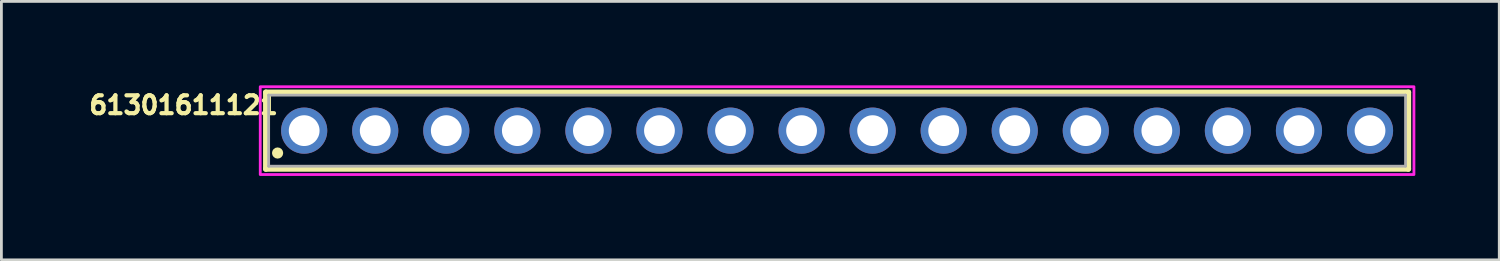
<source format=kicad_pcb>
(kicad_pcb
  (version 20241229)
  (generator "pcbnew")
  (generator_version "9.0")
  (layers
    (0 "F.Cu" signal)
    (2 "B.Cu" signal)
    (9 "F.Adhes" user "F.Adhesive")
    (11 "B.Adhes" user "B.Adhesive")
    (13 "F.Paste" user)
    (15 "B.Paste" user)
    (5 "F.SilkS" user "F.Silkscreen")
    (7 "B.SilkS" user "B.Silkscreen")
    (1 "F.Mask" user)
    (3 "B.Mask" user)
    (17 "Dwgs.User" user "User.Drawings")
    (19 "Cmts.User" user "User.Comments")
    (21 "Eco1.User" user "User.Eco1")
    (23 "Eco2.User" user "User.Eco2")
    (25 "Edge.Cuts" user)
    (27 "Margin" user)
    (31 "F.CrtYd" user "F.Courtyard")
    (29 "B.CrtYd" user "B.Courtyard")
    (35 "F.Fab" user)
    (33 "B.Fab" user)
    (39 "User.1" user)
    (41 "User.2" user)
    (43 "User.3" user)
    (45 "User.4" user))
  (footprint "61301611121"
    (layer "F.Cu")
    (at 26.873 1.62)
    (property "Reference" "61301611121" (at -23.36 -0.912 0) (layer "F.SilkS") (effects (font (size 0.64 0.64) (thickness 0.15))))
    (attr through_hole)
    (fp_line (start -20.42 -1.37) (end 20.42 -1.37) (stroke (width 0.2) (type solid)) (layer "F.SilkS"))
    (fp_line (start -20.42 1.37) (end -20.42 -1.37) (stroke (width 0.2) (type solid)) (layer "F.SilkS"))
    (fp_line (start 20.42 -1.37) (end 20.42 1.37) (stroke (width 0.2) (type solid)) (layer "F.SilkS"))
    (fp_line (start 20.42 1.37) (end -20.42 1.37) (stroke (width 0.2) (type solid)) (layer "F.SilkS"))
    (fp_circle (center -20 0.8) (end -19.9 0.8) (stroke (width 0.2) (type solid)) (fill no) (layer "F.SilkS"))
    (fp_poly (pts (xy -20.62 -1.57) (xy 20.62 -1.57) (xy 20.62 1.57) (xy -20.62 1.57)) (stroke (width 0.1) (type solid)) (fill no) (layer "F.CrtYd"))
    (fp_line (start -20.32 -1.27) (end -20.32 1.27) (stroke (width 0.1) (type solid)) (layer "F.Fab"))
    (fp_line (start -20.32 1.27) (end 20.32 1.27) (stroke (width 0.1) (type solid)) (layer "F.Fab"))
    (fp_line (start 20.32 -1.27) (end -20.32 -1.27) (stroke (width 0.1) (type solid)) (layer "F.Fab"))
    (fp_line (start 20.32 1.27) (end 20.32 -1.27) (stroke (width 0.1) (type solid)) (layer "F.Fab"))
    (pad "1" thru_hole circle (at -19.05 0) (size 1.65 1.65) (drill 1.1) (layers "*.Cu" "*.Mask"))
    (pad "2" thru_hole circle (at -16.51 0) (size 1.65 1.65) (drill 1.1) (layers "*.Cu" "*.Mask"))
    (pad "3" thru_hole circle (at -13.97 0) (size 1.65 1.65) (drill 1.1) (layers "*.Cu" "*.Mask"))
    (pad "4" thru_hole circle (at -11.43 0) (size 1.65 1.65) (drill 1.1) (layers "*.Cu" "*.Mask"))
    (pad "5" thru_hole circle (at -8.89 0) (size 1.65 1.65) (drill 1.1) (layers "*.Cu" "*.Mask"))
    (pad "6" thru_hole circle (at -6.35 0) (size 1.65 1.65) (drill 1.1) (layers "*.Cu" "*.Mask"))
    (pad "7" thru_hole circle (at -3.81 0) (size 1.65 1.65) (drill 1.1) (layers "*.Cu" "*.Mask"))
    (pad "8" thru_hole circle (at -1.27 0) (size 1.65 1.65) (drill 1.1) (layers "*.Cu" "*.Mask"))
    (pad "9" thru_hole circle (at 1.27 0) (size 1.65 1.65) (drill 1.1) (layers "*.Cu" "*.Mask"))
    (pad "10" thru_hole circle (at 3.81 0) (size 1.65 1.65) (drill 1.1) (layers "*.Cu" "*.Mask"))
    (pad "11" thru_hole circle (at 6.35 0) (size 1.65 1.65) (drill 1.1) (layers "*.Cu" "*.Mask"))
    (pad "12" thru_hole circle (at 8.89 0) (size 1.65 1.65) (drill 1.1) (layers "*.Cu" "*.Mask"))
    (pad "13" thru_hole circle (at 11.43 0) (size 1.65 1.65) (drill 1.1) (layers "*.Cu" "*.Mask"))
    (pad "14" thru_hole circle (at 13.97 0) (size 1.65 1.65) (drill 1.1) (layers "*.Cu" "*.Mask"))
    (pad "15" thru_hole circle (at 16.51 0) (size 1.65 1.65) (drill 1.1) (layers "*.Cu" "*.Mask"))
    (pad "16" thru_hole circle (at 19.05 0) (size 1.65 1.65) (drill 1.1) (layers "*.Cu" "*.Mask")))
  (gr_rect
    (start -3 -3)
    (end 50.543 6.24)
    (stroke (width 0.1) (type default))
    (fill no)
    (layer "Edge.Cuts")))
</source>
